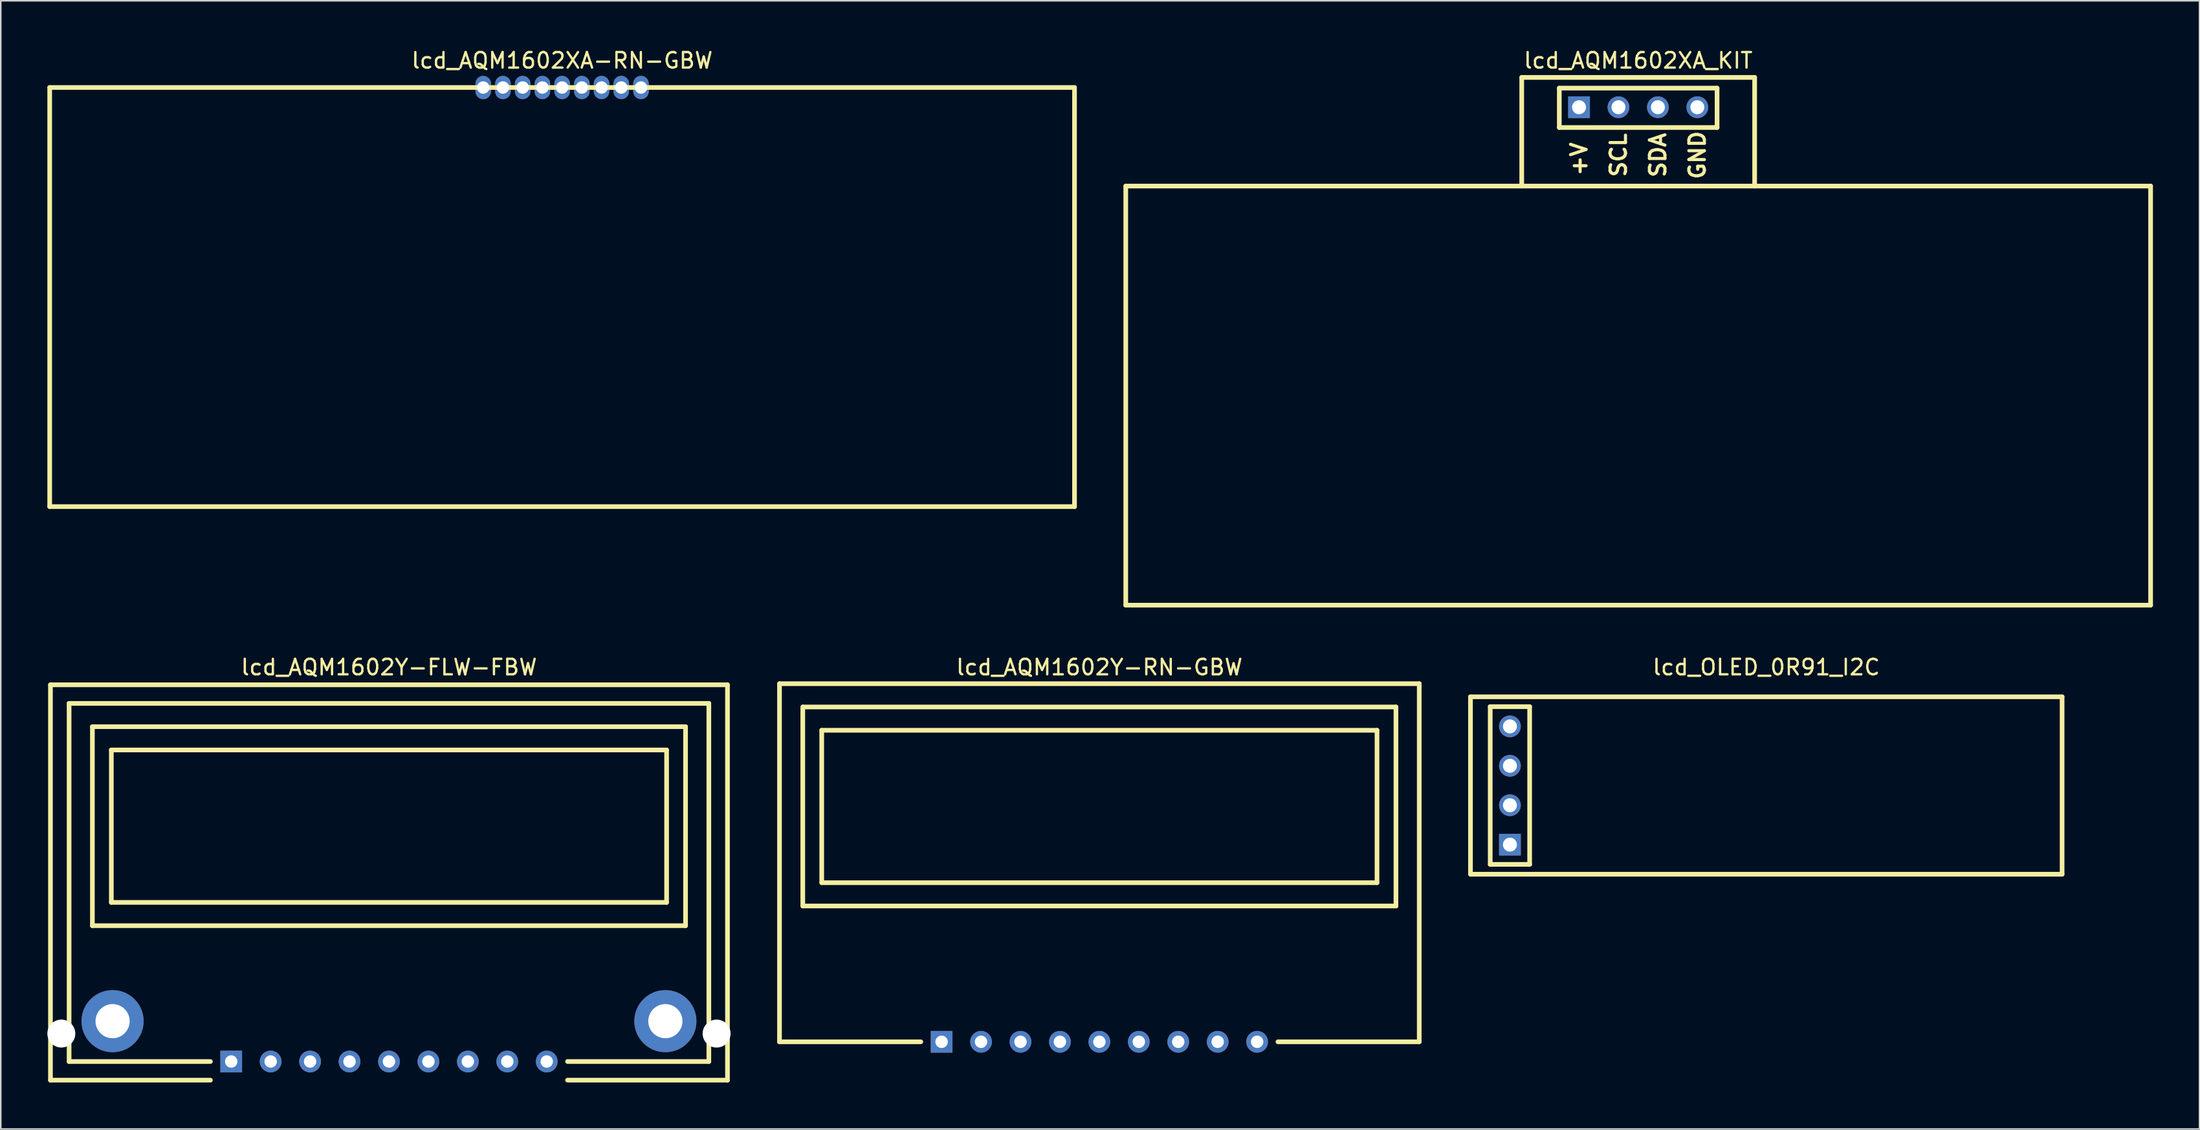
<source format=kicad_pcb>
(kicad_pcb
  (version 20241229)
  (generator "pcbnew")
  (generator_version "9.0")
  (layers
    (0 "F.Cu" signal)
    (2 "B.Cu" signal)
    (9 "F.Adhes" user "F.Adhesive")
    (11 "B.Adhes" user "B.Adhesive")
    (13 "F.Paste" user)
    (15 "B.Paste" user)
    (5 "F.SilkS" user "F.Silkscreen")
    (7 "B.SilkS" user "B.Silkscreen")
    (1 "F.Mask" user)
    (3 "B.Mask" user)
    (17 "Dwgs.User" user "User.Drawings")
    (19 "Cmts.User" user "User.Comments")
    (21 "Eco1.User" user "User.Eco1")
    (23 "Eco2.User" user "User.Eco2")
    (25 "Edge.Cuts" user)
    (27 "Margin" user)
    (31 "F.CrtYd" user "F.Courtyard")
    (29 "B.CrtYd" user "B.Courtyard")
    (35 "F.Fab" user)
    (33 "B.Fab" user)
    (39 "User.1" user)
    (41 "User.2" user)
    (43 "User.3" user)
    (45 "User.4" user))
  (footprint "lcd_AQM1602Y-RN-GBW"
    (layer "F.Cu")
    (at 67.75 64.067)
    (property "Reference" "lcd_AQM1602Y-RN-GBW" (at 0 -24.13 0) (layer "F.SilkS") (effects (font (size 1 1) (thickness 0.15))))
    (attr through_hole)
    (fp_line (start -20.6 -23.07) (end -20.6 0) (stroke (width 0.3) (type solid)) (layer "F.SilkS"))
    (fp_line (start -20.6 0) (end -11.5 0) (stroke (width 0.3) (type solid)) (layer "F.SilkS"))
    (fp_line (start -19.1 -21.57) (end -19.1 -8.75) (stroke (width 0.3) (type solid)) (layer "F.SilkS"))
    (fp_line (start -19.1 -8.75) (end 19.1 -8.75) (stroke (width 0.3) (type solid)) (layer "F.SilkS"))
    (fp_line (start -17.88 -20.07) (end -17.88 -10.25) (stroke (width 0.3) (type solid)) (layer "F.SilkS"))
    (fp_line (start -17.88 -10.25) (end 17.88 -10.25) (stroke (width 0.3) (type solid)) (layer "F.SilkS"))
    (fp_line (start 11.5 0) (end 20.6 0) (stroke (width 0.3) (type solid)) (layer "F.SilkS"))
    (fp_line (start 17.88 -20.07) (end -17.88 -20.07) (stroke (width 0.3) (type solid)) (layer "F.SilkS"))
    (fp_line (start 17.88 -10.25) (end 17.88 -20.07) (stroke (width 0.3) (type solid)) (layer "F.SilkS"))
    (fp_line (start 19.1 -21.57) (end -19.1 -21.57) (stroke (width 0.3) (type solid)) (layer "F.SilkS"))
    (fp_line (start 19.1 -8.75) (end 19.1 -21.57) (stroke (width 0.3) (type solid)) (layer "F.SilkS"))
    (fp_line (start 20.6 -23.07) (end -20.6 -23.07) (stroke (width 0.3) (type solid)) (layer "F.SilkS"))
    (fp_line (start 20.6 0) (end 20.6 -23.07) (stroke (width 0.3) (type solid)) (layer "F.SilkS"))
    (pad "1" thru_hole rect (at -10.16 0) (size 1.4 1.4) (drill 0.8) (layers "*.Cu" "*.Mask"))
    (pad "2" thru_hole circle (at -7.62 0) (size 1.4 1.4) (drill 0.8) (layers "*.Cu" "*.Mask"))
    (pad "3" thru_hole circle (at -5.08 0) (size 1.4 1.4) (drill 0.8) (layers "*.Cu" "*.Mask"))
    (pad "4" thru_hole circle (at -2.54 0) (size 1.4 1.4) (drill 0.8) (layers "*.Cu" "*.Mask"))
    (pad "5" thru_hole circle (at 0 0) (size 1.4 1.4) (drill 0.8) (layers "*.Cu" "*.Mask"))
    (pad "6" thru_hole circle (at 2.54 0) (size 1.4 1.4) (drill 0.8) (layers "*.Cu" "*.Mask"))
    (pad "7" thru_hole circle (at 5.08 0) (size 1.4 1.4) (drill 0.8) (layers "*.Cu" "*.Mask"))
    (pad "8" thru_hole circle (at 7.62 0) (size 1.4 1.4) (drill 0.8) (layers "*.Cu" "*.Mask"))
    (pad "9" thru_hole circle (at 10.16 0) (size 1.4 1.4) (drill 0.8) (layers "*.Cu" "*.Mask")))
  (footprint "lcd_AQM1602Y-FLW-FBW"
    (layer "F.Cu")
    (at 22 65.337)
    (property "Reference" "lcd_AQM1602Y-FLW-FBW" (at 0 -25.4 0) (layer "F.SilkS") (effects (font (size 1 1) (thickness 0.15))))
    (attr through_hole)
    (fp_line (start -21.8 -24.27) (end 21.8 -24.27) (stroke (width 0.3) (type solid)) (layer "F.SilkS"))
    (fp_line (start -21.8 1.2) (end -21.8 -24.27) (stroke (width 0.3) (type solid)) (layer "F.SilkS"))
    (fp_line (start -21.8 1.2) (end -11.5 1.2) (stroke (width 0.3) (type solid)) (layer "F.SilkS"))
    (fp_line (start -20.6 -23.07) (end -20.6 0) (stroke (width 0.3) (type solid)) (layer "F.SilkS"))
    (fp_line (start -20.6 0) (end -11.5 0) (stroke (width 0.3) (type solid)) (layer "F.SilkS"))
    (fp_line (start -19.1 -21.57) (end -19.1 -8.75) (stroke (width 0.3) (type solid)) (layer "F.SilkS"))
    (fp_line (start -19.1 -8.75) (end 19.1 -8.75) (stroke (width 0.3) (type solid)) (layer "F.SilkS"))
    (fp_line (start -17.88 -20.07) (end -17.88 -10.25) (stroke (width 0.3) (type solid)) (layer "F.SilkS"))
    (fp_line (start -17.88 -10.25) (end 17.88 -10.25) (stroke (width 0.3) (type solid)) (layer "F.SilkS"))
    (fp_line (start 11.5 0) (end 20.6 0) (stroke (width 0.3) (type solid)) (layer "F.SilkS"))
    (fp_line (start 11.5 1.2) (end 21.8 1.2) (stroke (width 0.3) (type solid)) (layer "F.SilkS"))
    (fp_line (start 17.88 -20.07) (end -17.88 -20.07) (stroke (width 0.3) (type solid)) (layer "F.SilkS"))
    (fp_line (start 17.88 -10.25) (end 17.88 -20.07) (stroke (width 0.3) (type solid)) (layer "F.SilkS"))
    (fp_line (start 19.1 -21.57) (end -19.1 -21.57) (stroke (width 0.3) (type solid)) (layer "F.SilkS"))
    (fp_line (start 19.1 -8.75) (end 19.1 -21.57) (stroke (width 0.3) (type solid)) (layer "F.SilkS"))
    (fp_line (start 20.6 -23.07) (end -20.6 -23.07) (stroke (width 0.3) (type solid)) (layer "F.SilkS"))
    (fp_line (start 20.6 0) (end 20.6 -23.07) (stroke (width 0.3) (type solid)) (layer "F.SilkS"))
    (fp_line (start 21.8 -24.27) (end 21.8 1.2) (stroke (width 0.3) (type solid)) (layer "F.SilkS"))
    (pad "" np_thru_hole circle (at -21.1 -1.8) (size 1.8 1.8) (drill 1.8) (layers "*.Cu" "*.Mask"))
    (pad "" np_thru_hole circle (at 21.1 -1.8) (size 1.8 1.8) (drill 1.8) (layers "*.Cu" "*.Mask"))
    (pad "1" thru_hole rect (at -10.16 0) (size 1.4 1.4) (drill 0.8) (layers "*.Cu" "*.Mask"))
    (pad "2" thru_hole circle (at -7.62 0) (size 1.4 1.4) (drill 0.8) (layers "*.Cu" "*.Mask"))
    (pad "3" thru_hole circle (at -5.08 0) (size 1.4 1.4) (drill 0.8) (layers "*.Cu" "*.Mask"))
    (pad "4" thru_hole circle (at -2.54 0) (size 1.4 1.4) (drill 0.8) (layers "*.Cu" "*.Mask"))
    (pad "5" thru_hole circle (at 0 0) (size 1.4 1.4) (drill 0.8) (layers "*.Cu" "*.Mask"))
    (pad "6" thru_hole circle (at 2.54 0) (size 1.4 1.4) (drill 0.8) (layers "*.Cu" "*.Mask"))
    (pad "7" thru_hole circle (at 5.08 0) (size 1.4 1.4) (drill 0.8) (layers "*.Cu" "*.Mask"))
    (pad "8" thru_hole circle (at 7.62 0) (size 1.4 1.4) (drill 0.8) (layers "*.Cu" "*.Mask"))
    (pad "9" thru_hole circle (at 10.16 0) (size 1.4 1.4) (drill 0.8) (layers "*.Cu" "*.Mask"))
    (pad "10" thru_hole circle (at -17.8 -2.6) (size 4 4) (drill 2.2) (layers "*.Cu" "*.Mask"))
    (pad "11" thru_hole circle (at 17.8 -2.6) (size 4 4) (drill 2.2) (layers "*.Cu" "*.Mask")))
  (footprint "lcd_AQM1602XA_KIT"
    (layer "F.Cu")
    (at 102.45 22.438)
    (property "Reference" "lcd_AQM1602XA_KIT" (at 0 -21.59 0) (layer "F.SilkS") (effects (font (size 1 1) (thickness 0.15))))
    (attr through_hole)
    (fp_line (start -33 -13.5) (end -33 13.5) (stroke (width 0.3) (type solid)) (layer "F.SilkS"))
    (fp_line (start -33 13.5) (end 33 13.5) (stroke (width 0.3) (type solid)) (layer "F.SilkS"))
    (fp_line (start -7.5 -20.5) (end 7.5 -20.5) (stroke (width 0.3) (type solid)) (layer "F.SilkS"))
    (fp_line (start -7.5 -13.5) (end -7.5 -20.5) (stroke (width 0.3) (type solid)) (layer "F.SilkS"))
    (fp_line (start -5.08 -19.812) (end -5.08 -17.272) (stroke (width 0.3) (type solid)) (layer "F.SilkS"))
    (fp_line (start -5.08 -17.272) (end 5.08 -17.272) (stroke (width 0.3) (type solid)) (layer "F.SilkS"))
    (fp_line (start 5.08 -19.812) (end -5.08 -19.812) (stroke (width 0.3) (type solid)) (layer "F.SilkS"))
    (fp_line (start 5.08 -17.272) (end 5.08 -19.812) (stroke (width 0.3) (type solid)) (layer "F.SilkS"))
    (fp_line (start 7.5 -20.5) (end 7.5 -13.5) (stroke (width 0.3) (type solid)) (layer "F.SilkS"))
    (fp_line (start 33 -13.5) (end -33 -13.5) (stroke (width 0.3) (type solid)) (layer "F.SilkS"))
    (fp_line (start 33 13.5) (end 33 -13.5) (stroke (width 0.3) (type solid)) (layer "F.SilkS"))
    (fp_text user "SDA" (at 1.27 -15.494 90) (layer "F.SilkS") (effects (font (size 1 1) (thickness 0.2))))
    (fp_text user "+V" (at -3.81 -15.24 90) (layer "F.SilkS") (effects (font (size 1 1) (thickness 0.2))))
    (fp_text user "GND" (at 3.81 -15.494 90) (layer "F.SilkS") (effects (font (size 1 1) (thickness 0.2))))
    (fp_text user "SCL" (at -1.27 -15.494 90) (layer "F.SilkS") (effects (font (size 1 1) (thickness 0.2))))
    (pad "1" thru_hole rect (at -3.81 -18.58) (size 1.4 1.4) (drill 0.9) (layers "*.Cu" "*.Mask"))
    (pad "2" thru_hole circle (at -1.27 -18.58) (size 1.4 1.4) (drill 0.9) (layers "*.Cu" "*.Mask"))
    (pad "3" thru_hole circle (at 1.27 -18.58) (size 1.4 1.4) (drill 0.9) (layers "*.Cu" "*.Mask"))
    (pad "4" thru_hole circle (at 3.81 -18.58) (size 1.4 1.4) (drill 0.9) (layers "*.Cu" "*.Mask")))
  (footprint "lcd_AQM1602XA-RN-GBW"
    (layer "F.Cu")
    (at 33.15 16.088)
    (property "Reference" "lcd_AQM1602XA-RN-GBW" (at 0 -15.24 0) (layer "F.SilkS") (effects (font (size 1 1) (thickness 0.15))))
    (attr through_hole)
    (fp_line (start -33 -13.5) (end -33 13.5) (stroke (width 0.3) (type solid)) (layer "F.SilkS"))
    (fp_line (start -33 13.5) (end 33 13.5) (stroke (width 0.3) (type solid)) (layer "F.SilkS"))
    (fp_line (start 33 -13.5) (end -33 -13.5) (stroke (width 0.3) (type solid)) (layer "F.SilkS"))
    (fp_line (start 33 13.5) (end 33 -13.5) (stroke (width 0.3) (type solid)) (layer "F.SilkS"))
    (pad "1" thru_hole oval (at -5.08 -13.5) (size 1 1.5) (drill 0.8) (layers "*.Cu" "*.Mask"))
    (pad "2" thru_hole oval (at -3.81 -13.5) (size 1 1.5) (drill 0.8) (layers "*.Cu" "*.Mask"))
    (pad "3" thru_hole oval (at -2.54 -13.5) (size 1 1.5) (drill 0.8) (layers "*.Cu" "*.Mask"))
    (pad "4" thru_hole oval (at -1.27 -13.5) (size 1 1.5) (drill 0.8) (layers "*.Cu" "*.Mask"))
    (pad "5" thru_hole oval (at 0 -13.5) (size 1 1.5) (drill 0.8) (layers "*.Cu" "*.Mask"))
    (pad "6" thru_hole oval (at 1.27 -13.5) (size 1 1.5) (drill 0.8) (layers "*.Cu" "*.Mask"))
    (pad "7" thru_hole oval (at 2.54 -13.5) (size 1 1.5) (drill 0.8) (layers "*.Cu" "*.Mask"))
    (pad "8" thru_hole oval (at 3.81 -13.5) (size 1 1.5) (drill 0.8) (layers "*.Cu" "*.Mask"))
    (pad "9" thru_hole oval (at 5.08 -13.5) (size 1 1.5) (drill 0.8) (layers "*.Cu" "*.Mask")))
  (footprint "lcd_OLED_0R91_I2C"
    (layer "F.Cu")
    (at 110.7 47.556)
    (property "Reference" "lcd_OLED_0R91_I2C" (at 0 -7.62 0) (layer "F.SilkS") (effects (font (size 1 1) (thickness 0.15))))
    (attr through_hole)
    (fp_line (start -19.05 -5.715) (end -19.05 5.715) (stroke (width 0.3) (type solid)) (layer "F.SilkS"))
    (fp_line (start -19.05 5.715) (end 19.05 5.715) (stroke (width 0.3) (type solid)) (layer "F.SilkS"))
    (fp_line (start -17.78 -5.08) (end -17.78 5.08) (stroke (width 0.3) (type solid)) (layer "F.SilkS"))
    (fp_line (start -17.78 5.08) (end -15.24 5.08) (stroke (width 0.3) (type solid)) (layer "F.SilkS"))
    (fp_line (start -15.24 -5.08) (end -17.78 -5.08) (stroke (width 0.3) (type solid)) (layer "F.SilkS"))
    (fp_line (start -15.24 5.08) (end -15.24 -5.08) (stroke (width 0.3) (type solid)) (layer "F.SilkS"))
    (fp_line (start 19.05 -5.715) (end -19.05 -5.715) (stroke (width 0.3) (type solid)) (layer "F.SilkS"))
    (fp_line (start 19.05 5.715) (end 19.05 -5.715) (stroke (width 0.3) (type solid)) (layer "F.SilkS"))
    (pad "1" thru_hole rect (at -16.51 3.81) (size 1.4 1.4) (drill 0.9) (layers "*.Cu" "*.Mask"))
    (pad "2" thru_hole circle (at -16.51 1.27) (size 1.4 1.4) (drill 0.9) (layers "*.Cu" "*.Mask"))
    (pad "3" thru_hole circle (at -16.51 -1.27) (size 1.4 1.4) (drill 0.9) (layers "*.Cu" "*.Mask"))
    (pad "4" thru_hole circle (at -16.51 -3.81) (size 1.4 1.4) (drill 0.9) (layers "*.Cu" "*.Mask")))
  (gr_rect
    (start -3 -3)
    (end 138.6 69.686)
    (stroke (width 0.1) (type default))
    (fill no)
    (layer "Edge.Cuts")))
</source>
